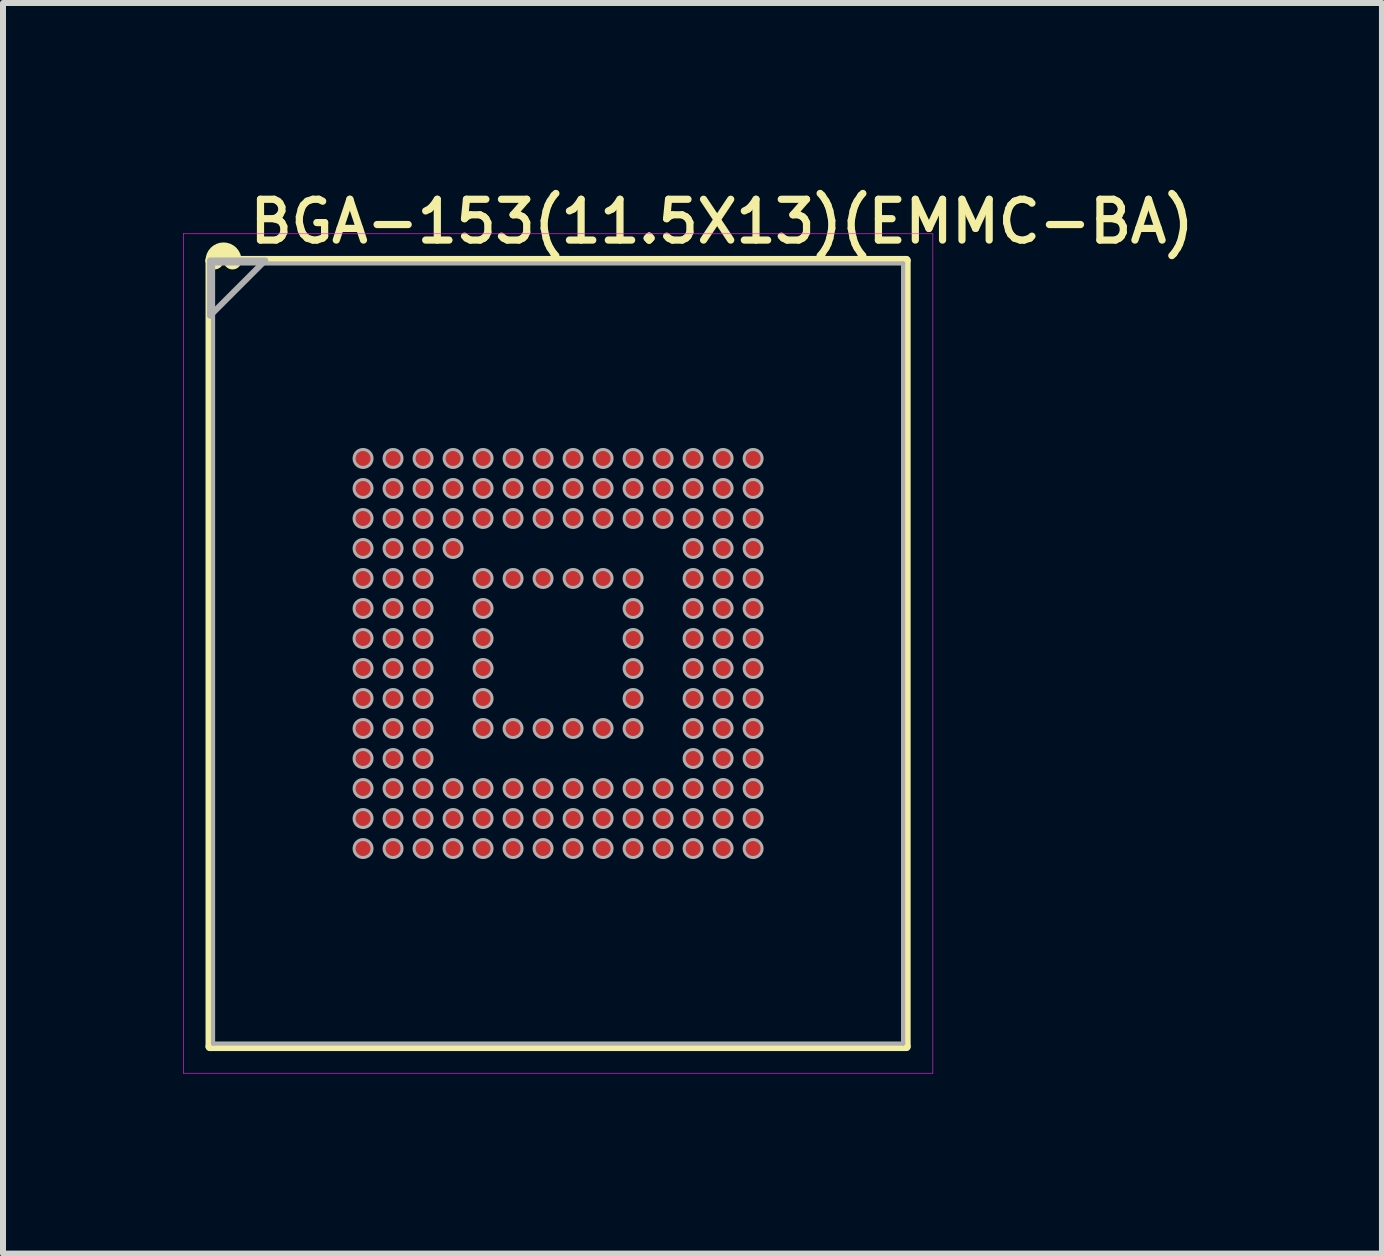
<source format=kicad_pcb>
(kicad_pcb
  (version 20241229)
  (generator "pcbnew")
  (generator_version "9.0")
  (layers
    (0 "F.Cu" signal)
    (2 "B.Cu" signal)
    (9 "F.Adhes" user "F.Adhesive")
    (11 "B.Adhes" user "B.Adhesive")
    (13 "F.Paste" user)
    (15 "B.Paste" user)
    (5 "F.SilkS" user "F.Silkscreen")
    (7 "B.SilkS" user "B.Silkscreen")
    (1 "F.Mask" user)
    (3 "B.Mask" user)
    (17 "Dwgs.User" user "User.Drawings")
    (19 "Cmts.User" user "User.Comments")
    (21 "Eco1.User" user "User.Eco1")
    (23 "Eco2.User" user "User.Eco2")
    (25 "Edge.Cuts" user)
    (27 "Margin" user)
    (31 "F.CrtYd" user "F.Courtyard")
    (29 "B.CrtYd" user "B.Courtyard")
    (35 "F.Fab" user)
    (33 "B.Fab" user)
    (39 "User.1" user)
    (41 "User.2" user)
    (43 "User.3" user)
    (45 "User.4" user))
  (footprint "BGA-153(11.5X13)(EMMC-BA)"
    (layer "F.Cu")
    (at 6.25 7.84)
    (property "Reference" "BGA-153(11.5X13)(EMMC-BA)" (at -5.2 -6.8 0) (unlocked yes) (layer "F.SilkS") (effects (font (size 0.68 0.68) (thickness 0.12)) (justify left bottom)))
    (fp_circle (center -3.25 -3.25) (end -3.148 -3.25) (stroke (width 0.203) (type solid)) (fill no) (layer "F.Mask"))
    (fp_circle (center -3.25 -2.75) (end -3.148 -2.75) (stroke (width 0.203) (type solid)) (fill no) (layer "F.Mask"))
    (fp_circle (center -3.25 -2.25) (end -3.148 -2.25) (stroke (width 0.203) (type solid)) (fill no) (layer "F.Mask"))
    (fp_circle (center -3.25 -1.75) (end -3.148 -1.75) (stroke (width 0.203) (type solid)) (fill no) (layer "F.Mask"))
    (fp_circle (center -3.25 -1.25) (end -3.148 -1.25) (stroke (width 0.203) (type solid)) (fill no) (layer "F.Mask"))
    (fp_circle (center -3.25 -0.75) (end -3.148 -0.75) (stroke (width 0.203) (type solid)) (fill no) (layer "F.Mask"))
    (fp_circle (center -3.25 -0.25) (end -3.148 -0.25) (stroke (width 0.203) (type solid)) (fill no) (layer "F.Mask"))
    (fp_circle (center -3.25 0.25) (end -3.148 0.25) (stroke (width 0.203) (type solid)) (fill no) (layer "F.Mask"))
    (fp_circle (center -3.25 0.75) (end -3.148 0.75) (stroke (width 0.203) (type solid)) (fill no) (layer "F.Mask"))
    (fp_circle (center -3.25 1.25) (end -3.148 1.25) (stroke (width 0.203) (type solid)) (fill no) (layer "F.Mask"))
    (fp_circle (center -3.25 1.75) (end -3.148 1.75) (stroke (width 0.203) (type solid)) (fill no) (layer "F.Mask"))
    (fp_circle (center -3.25 2.25) (end -3.148 2.25) (stroke (width 0.203) (type solid)) (fill no) (layer "F.Mask"))
    (fp_circle (center -3.25 2.75) (end -3.148 2.75) (stroke (width 0.203) (type solid)) (fill no) (layer "F.Mask"))
    (fp_circle (center -3.25 3.25) (end -3.148 3.25) (stroke (width 0.203) (type solid)) (fill no) (layer "F.Mask"))
    (fp_circle (center -2.75 -3.25) (end -2.648 -3.25) (stroke (width 0.203) (type solid)) (fill no) (layer "F.Mask"))
    (fp_circle (center -2.75 -2.75) (end -2.648 -2.75) (stroke (width 0.203) (type solid)) (fill no) (layer "F.Mask"))
    (fp_circle (center -2.75 -2.25) (end -2.648 -2.25) (stroke (width 0.203) (type solid)) (fill no) (layer "F.Mask"))
    (fp_circle (center -2.75 -1.75) (end -2.648 -1.75) (stroke (width 0.203) (type solid)) (fill no) (layer "F.Mask"))
    (fp_circle (center -2.75 -1.25) (end -2.648 -1.25) (stroke (width 0.203) (type solid)) (fill no) (layer "F.Mask"))
    (fp_circle (center -2.75 -0.75) (end -2.648 -0.75) (stroke (width 0.203) (type solid)) (fill no) (layer "F.Mask"))
    (fp_circle (center -2.75 -0.25) (end -2.648 -0.25) (stroke (width 0.203) (type solid)) (fill no) (layer "F.Mask"))
    (fp_circle (center -2.75 0.25) (end -2.648 0.25) (stroke (width 0.203) (type solid)) (fill no) (layer "F.Mask"))
    (fp_circle (center -2.75 0.75) (end -2.648 0.75) (stroke (width 0.203) (type solid)) (fill no) (layer "F.Mask"))
    (fp_circle (center -2.75 1.25) (end -2.648 1.25) (stroke (width 0.203) (type solid)) (fill no) (layer "F.Mask"))
    (fp_circle (center -2.75 1.75) (end -2.648 1.75) (stroke (width 0.203) (type solid)) (fill no) (layer "F.Mask"))
    (fp_circle (center -2.75 2.25) (end -2.648 2.25) (stroke (width 0.203) (type solid)) (fill no) (layer "F.Mask"))
    (fp_circle (center -2.75 2.75) (end -2.648 2.75) (stroke (width 0.203) (type solid)) (fill no) (layer "F.Mask"))
    (fp_circle (center -2.75 3.25) (end -2.648 3.25) (stroke (width 0.203) (type solid)) (fill no) (layer "F.Mask"))
    (fp_circle (center -2.25 -3.25) (end -2.148 -3.25) (stroke (width 0.203) (type solid)) (fill no) (layer "F.Mask"))
    (fp_circle (center -2.25 -2.75) (end -2.148 -2.75) (stroke (width 0.203) (type solid)) (fill no) (layer "F.Mask"))
    (fp_circle (center -2.25 -2.25) (end -2.148 -2.25) (stroke (width 0.203) (type solid)) (fill no) (layer "F.Mask"))
    (fp_circle (center -2.25 -1.75) (end -2.148 -1.75) (stroke (width 0.203) (type solid)) (fill no) (layer "F.Mask"))
    (fp_circle (center -2.25 -1.25) (end -2.148 -1.25) (stroke (width 0.203) (type solid)) (fill no) (layer "F.Mask"))
    (fp_circle (center -2.25 -0.75) (end -2.148 -0.75) (stroke (width 0.203) (type solid)) (fill no) (layer "F.Mask"))
    (fp_circle (center -2.25 -0.25) (end -2.148 -0.25) (stroke (width 0.203) (type solid)) (fill no) (layer "F.Mask"))
    (fp_circle (center -2.25 0.25) (end -2.148 0.25) (stroke (width 0.203) (type solid)) (fill no) (layer "F.Mask"))
    (fp_circle (center -2.25 0.75) (end -2.148 0.75) (stroke (width 0.203) (type solid)) (fill no) (layer "F.Mask"))
    (fp_circle (center -2.25 1.25) (end -2.148 1.25) (stroke (width 0.203) (type solid)) (fill no) (layer "F.Mask"))
    (fp_circle (center -2.25 1.75) (end -2.148 1.75) (stroke (width 0.203) (type solid)) (fill no) (layer "F.Mask"))
    (fp_circle (center -2.25 2.25) (end -2.148 2.25) (stroke (width 0.203) (type solid)) (fill no) (layer "F.Mask"))
    (fp_circle (center -2.25 2.75) (end -2.148 2.75) (stroke (width 0.203) (type solid)) (fill no) (layer "F.Mask"))
    (fp_circle (center -2.25 3.25) (end -2.148 3.25) (stroke (width 0.203) (type solid)) (fill no) (layer "F.Mask"))
    (fp_circle (center -1.75 -3.25) (end -1.648 -3.25) (stroke (width 0.203) (type solid)) (fill no) (layer "F.Mask"))
    (fp_circle (center -1.75 -2.75) (end -1.648 -2.75) (stroke (width 0.203) (type solid)) (fill no) (layer "F.Mask"))
    (fp_circle (center -1.75 -2.25) (end -1.648 -2.25) (stroke (width 0.203) (type solid)) (fill no) (layer "F.Mask"))
    (fp_circle (center -1.75 -1.75) (end -1.648 -1.75) (stroke (width 0.203) (type solid)) (fill no) (layer "F.Mask"))
    (fp_circle (center -1.75 2.25) (end -1.648 2.25) (stroke (width 0.203) (type solid)) (fill no) (layer "F.Mask"))
    (fp_circle (center -1.75 2.75) (end -1.648 2.75) (stroke (width 0.203) (type solid)) (fill no) (layer "F.Mask"))
    (fp_circle (center -1.75 3.25) (end -1.648 3.25) (stroke (width 0.203) (type solid)) (fill no) (layer "F.Mask"))
    (fp_circle (center -1.25 -3.25) (end -1.148 -3.25) (stroke (width 0.203) (type solid)) (fill no) (layer "F.Mask"))
    (fp_circle (center -1.25 -2.75) (end -1.148 -2.75) (stroke (width 0.203) (type solid)) (fill no) (layer "F.Mask"))
    (fp_circle (center -1.25 -2.25) (end -1.148 -2.25) (stroke (width 0.203) (type solid)) (fill no) (layer "F.Mask"))
    (fp_circle (center -1.25 -1.25) (end -1.148 -1.25) (stroke (width 0.203) (type solid)) (fill no) (layer "F.Mask"))
    (fp_circle (center -1.25 -0.75) (end -1.148 -0.75) (stroke (width 0.203) (type solid)) (fill no) (layer "F.Mask"))
    (fp_circle (center -1.25 -0.25) (end -1.148 -0.25) (stroke (width 0.203) (type solid)) (fill no) (layer "F.Mask"))
    (fp_circle (center -1.25 0.25) (end -1.148 0.25) (stroke (width 0.203) (type solid)) (fill no) (layer "F.Mask"))
    (fp_circle (center -1.25 0.75) (end -1.148 0.75) (stroke (width 0.203) (type solid)) (fill no) (layer "F.Mask"))
    (fp_circle (center -1.25 1.25) (end -1.148 1.25) (stroke (width 0.203) (type solid)) (fill no) (layer "F.Mask"))
    (fp_circle (center -1.25 2.25) (end -1.148 2.25) (stroke (width 0.203) (type solid)) (fill no) (layer "F.Mask"))
    (fp_circle (center -1.25 2.75) (end -1.148 2.75) (stroke (width 0.203) (type solid)) (fill no) (layer "F.Mask"))
    (fp_circle (center -1.25 3.25) (end -1.148 3.25) (stroke (width 0.203) (type solid)) (fill no) (layer "F.Mask"))
    (fp_circle (center -0.75 -3.25) (end -0.648 -3.25) (stroke (width 0.203) (type solid)) (fill no) (layer "F.Mask"))
    (fp_circle (center -0.75 -2.75) (end -0.648 -2.75) (stroke (width 0.203) (type solid)) (fill no) (layer "F.Mask"))
    (fp_circle (center -0.75 -2.25) (end -0.648 -2.25) (stroke (width 0.203) (type solid)) (fill no) (layer "F.Mask"))
    (fp_circle (center -0.75 -1.25) (end -0.648 -1.25) (stroke (width 0.203) (type solid)) (fill no) (layer "F.Mask"))
    (fp_circle (center -0.75 1.25) (end -0.648 1.25) (stroke (width 0.203) (type solid)) (fill no) (layer "F.Mask"))
    (fp_circle (center -0.75 2.25) (end -0.648 2.25) (stroke (width 0.203) (type solid)) (fill no) (layer "F.Mask"))
    (fp_circle (center -0.75 2.75) (end -0.648 2.75) (stroke (width 0.203) (type solid)) (fill no) (layer "F.Mask"))
    (fp_circle (center -0.75 3.25) (end -0.648 3.25) (stroke (width 0.203) (type solid)) (fill no) (layer "F.Mask"))
    (fp_circle (center -0.25 -3.25) (end -0.148 -3.25) (stroke (width 0.203) (type solid)) (fill no) (layer "F.Mask"))
    (fp_circle (center -0.25 -2.75) (end -0.148 -2.75) (stroke (width 0.203) (type solid)) (fill no) (layer "F.Mask"))
    (fp_circle (center -0.25 -2.25) (end -0.148 -2.25) (stroke (width 0.203) (type solid)) (fill no) (layer "F.Mask"))
    (fp_circle (center -0.25 -1.25) (end -0.148 -1.25) (stroke (width 0.203) (type solid)) (fill no) (layer "F.Mask"))
    (fp_circle (center -0.25 1.25) (end -0.148 1.25) (stroke (width 0.203) (type solid)) (fill no) (layer "F.Mask"))
    (fp_circle (center -0.25 2.25) (end -0.148 2.25) (stroke (width 0.203) (type solid)) (fill no) (layer "F.Mask"))
    (fp_circle (center -0.25 2.75) (end -0.148 2.75) (stroke (width 0.203) (type solid)) (fill no) (layer "F.Mask"))
    (fp_circle (center -0.25 3.25) (end -0.148 3.25) (stroke (width 0.203) (type solid)) (fill no) (layer "F.Mask"))
    (fp_circle (center 0.25 -3.25) (end 0.352 -3.25) (stroke (width 0.203) (type solid)) (fill no) (layer "F.Mask"))
    (fp_circle (center 0.25 -2.75) (end 0.352 -2.75) (stroke (width 0.203) (type solid)) (fill no) (layer "F.Mask"))
    (fp_circle (center 0.25 -2.25) (end 0.352 -2.25) (stroke (width 0.203) (type solid)) (fill no) (layer "F.Mask"))
    (fp_circle (center 0.25 -1.25) (end 0.352 -1.25) (stroke (width 0.203) (type solid)) (fill no) (layer "F.Mask"))
    (fp_circle (center 0.25 1.25) (end 0.352 1.25) (stroke (width 0.203) (type solid)) (fill no) (layer "F.Mask"))
    (fp_circle (center 0.25 2.25) (end 0.352 2.25) (stroke (width 0.203) (type solid)) (fill no) (layer "F.Mask"))
    (fp_circle (center 0.25 2.75) (end 0.352 2.75) (stroke (width 0.203) (type solid)) (fill no) (layer "F.Mask"))
    (fp_circle (center 0.25 3.25) (end 0.352 3.25) (stroke (width 0.203) (type solid)) (fill no) (layer "F.Mask"))
    (fp_circle (center 0.75 -3.25) (end 0.852 -3.25) (stroke (width 0.203) (type solid)) (fill no) (layer "F.Mask"))
    (fp_circle (center 0.75 -2.75) (end 0.852 -2.75) (stroke (width 0.203) (type solid)) (fill no) (layer "F.Mask"))
    (fp_circle (center 0.75 -2.25) (end 0.852 -2.25) (stroke (width 0.203) (type solid)) (fill no) (layer "F.Mask"))
    (fp_circle (center 0.75 -1.25) (end 0.852 -1.25) (stroke (width 0.203) (type solid)) (fill no) (layer "F.Mask"))
    (fp_circle (center 0.75 1.25) (end 0.852 1.25) (stroke (width 0.203) (type solid)) (fill no) (layer "F.Mask"))
    (fp_circle (center 0.75 2.25) (end 0.852 2.25) (stroke (width 0.203) (type solid)) (fill no) (layer "F.Mask"))
    (fp_circle (center 0.75 2.75) (end 0.852 2.75) (stroke (width 0.203) (type solid)) (fill no) (layer "F.Mask"))
    (fp_circle (center 0.75 3.25) (end 0.852 3.25) (stroke (width 0.203) (type solid)) (fill no) (layer "F.Mask"))
    (fp_circle (center 1.25 -3.25) (end 1.352 -3.25) (stroke (width 0.203) (type solid)) (fill no) (layer "F.Mask"))
    (fp_circle (center 1.25 -2.75) (end 1.352 -2.75) (stroke (width 0.203) (type solid)) (fill no) (layer "F.Mask"))
    (fp_circle (center 1.25 -2.25) (end 1.352 -2.25) (stroke (width 0.203) (type solid)) (fill no) (layer "F.Mask"))
    (fp_circle (center 1.25 -1.25) (end 1.352 -1.25) (stroke (width 0.203) (type solid)) (fill no) (layer "F.Mask"))
    (fp_circle (center 1.25 -0.75) (end 1.352 -0.75) (stroke (width 0.203) (type solid)) (fill no) (layer "F.Mask"))
    (fp_circle (center 1.25 -0.25) (end 1.352 -0.25) (stroke (width 0.203) (type solid)) (fill no) (layer "F.Mask"))
    (fp_circle (center 1.25 0.25) (end 1.352 0.25) (stroke (width 0.203) (type solid)) (fill no) (layer "F.Mask"))
    (fp_circle (center 1.25 0.75) (end 1.352 0.75) (stroke (width 0.203) (type solid)) (fill no) (layer "F.Mask"))
    (fp_circle (center 1.25 1.25) (end 1.352 1.25) (stroke (width 0.203) (type solid)) (fill no) (layer "F.Mask"))
    (fp_circle (center 1.25 2.25) (end 1.352 2.25) (stroke (width 0.203) (type solid)) (fill no) (layer "F.Mask"))
    (fp_circle (center 1.25 2.75) (end 1.352 2.75) (stroke (width 0.203) (type solid)) (fill no) (layer "F.Mask"))
    (fp_circle (center 1.25 3.25) (end 1.352 3.25) (stroke (width 0.203) (type solid)) (fill no) (layer "F.Mask"))
    (fp_circle (center 1.75 -3.25) (end 1.852 -3.25) (stroke (width 0.203) (type solid)) (fill no) (layer "F.Mask"))
    (fp_circle (center 1.75 -2.75) (end 1.852 -2.75) (stroke (width 0.203) (type solid)) (fill no) (layer "F.Mask"))
    (fp_circle (center 1.75 -2.25) (end 1.852 -2.25) (stroke (width 0.203) (type solid)) (fill no) (layer "F.Mask"))
    (fp_circle (center 1.75 2.25) (end 1.852 2.25) (stroke (width 0.203) (type solid)) (fill no) (layer "F.Mask"))
    (fp_circle (center 1.75 2.75) (end 1.852 2.75) (stroke (width 0.203) (type solid)) (fill no) (layer "F.Mask"))
    (fp_circle (center 1.75 3.25) (end 1.852 3.25) (stroke (width 0.203) (type solid)) (fill no) (layer "F.Mask"))
    (fp_circle (center 2.25 -3.25) (end 2.352 -3.25) (stroke (width 0.203) (type solid)) (fill no) (layer "F.Mask"))
    (fp_circle (center 2.25 -2.75) (end 2.352 -2.75) (stroke (width 0.203) (type solid)) (fill no) (layer "F.Mask"))
    (fp_circle (center 2.25 -2.25) (end 2.352 -2.25) (stroke (width 0.203) (type solid)) (fill no) (layer "F.Mask"))
    (fp_circle (center 2.25 -1.75) (end 2.352 -1.75) (stroke (width 0.203) (type solid)) (fill no) (layer "F.Mask"))
    (fp_circle (center 2.25 -1.25) (end 2.352 -1.25) (stroke (width 0.203) (type solid)) (fill no) (layer "F.Mask"))
    (fp_circle (center 2.25 -0.75) (end 2.352 -0.75) (stroke (width 0.203) (type solid)) (fill no) (layer "F.Mask"))
    (fp_circle (center 2.25 -0.25) (end 2.352 -0.25) (stroke (width 0.203) (type solid)) (fill no) (layer "F.Mask"))
    (fp_circle (center 2.25 0.25) (end 2.352 0.25) (stroke (width 0.203) (type solid)) (fill no) (layer "F.Mask"))
    (fp_circle (center 2.25 0.75) (end 2.352 0.75) (stroke (width 0.203) (type solid)) (fill no) (layer "F.Mask"))
    (fp_circle (center 2.25 1.25) (end 2.352 1.25) (stroke (width 0.203) (type solid)) (fill no) (layer "F.Mask"))
    (fp_circle (center 2.25 1.75) (end 2.352 1.75) (stroke (width 0.203) (type solid)) (fill no) (layer "F.Mask"))
    (fp_circle (center 2.25 2.25) (end 2.352 2.25) (stroke (width 0.203) (type solid)) (fill no) (layer "F.Mask"))
    (fp_circle (center 2.25 2.75) (end 2.352 2.75) (stroke (width 0.203) (type solid)) (fill no) (layer "F.Mask"))
    (fp_circle (center 2.25 3.25) (end 2.352 3.25) (stroke (width 0.203) (type solid)) (fill no) (layer "F.Mask"))
    (fp_circle (center 2.75 -3.25) (end 2.852 -3.25) (stroke (width 0.203) (type solid)) (fill no) (layer "F.Mask"))
    (fp_circle (center 2.75 -2.75) (end 2.852 -2.75) (stroke (width 0.203) (type solid)) (fill no) (layer "F.Mask"))
    (fp_circle (center 2.75 -2.25) (end 2.852 -2.25) (stroke (width 0.203) (type solid)) (fill no) (layer "F.Mask"))
    (fp_circle (center 2.75 -1.75) (end 2.852 -1.75) (stroke (width 0.203) (type solid)) (fill no) (layer "F.Mask"))
    (fp_circle (center 2.75 -1.25) (end 2.852 -1.25) (stroke (width 0.203) (type solid)) (fill no) (layer "F.Mask"))
    (fp_circle (center 2.75 -0.75) (end 2.852 -0.75) (stroke (width 0.203) (type solid)) (fill no) (layer "F.Mask"))
    (fp_circle (center 2.75 -0.25) (end 2.852 -0.25) (stroke (width 0.203) (type solid)) (fill no) (layer "F.Mask"))
    (fp_circle (center 2.75 0.25) (end 2.852 0.25) (stroke (width 0.203) (type solid)) (fill no) (layer "F.Mask"))
    (fp_circle (center 2.75 0.75) (end 2.852 0.75) (stroke (width 0.203) (type solid)) (fill no) (layer "F.Mask"))
    (fp_circle (center 2.75 1.25) (end 2.852 1.25) (stroke (width 0.203) (type solid)) (fill no) (layer "F.Mask"))
    (fp_circle (center 2.75 1.75) (end 2.852 1.75) (stroke (width 0.203) (type solid)) (fill no) (layer "F.Mask"))
    (fp_circle (center 2.75 2.25) (end 2.852 2.25) (stroke (width 0.203) (type solid)) (fill no) (layer "F.Mask"))
    (fp_circle (center 2.75 2.75) (end 2.852 2.75) (stroke (width 0.203) (type solid)) (fill no) (layer "F.Mask"))
    (fp_circle (center 2.75 3.25) (end 2.852 3.25) (stroke (width 0.203) (type solid)) (fill no) (layer "F.Mask"))
    (fp_circle (center 3.25 -3.25) (end 3.352 -3.25) (stroke (width 0.203) (type solid)) (fill no) (layer "F.Mask"))
    (fp_circle (center 3.25 -2.75) (end 3.352 -2.75) (stroke (width 0.203) (type solid)) (fill no) (layer "F.Mask"))
    (fp_circle (center 3.25 -2.25) (end 3.352 -2.25) (stroke (width 0.203) (type solid)) (fill no) (layer "F.Mask"))
    (fp_circle (center 3.25 -1.75) (end 3.352 -1.75) (stroke (width 0.203) (type solid)) (fill no) (layer "F.Mask"))
    (fp_circle (center 3.25 -1.25) (end 3.352 -1.25) (stroke (width 0.203) (type solid)) (fill no) (layer "F.Mask"))
    (fp_circle (center 3.25 -0.75) (end 3.352 -0.75) (stroke (width 0.203) (type solid)) (fill no) (layer "F.Mask"))
    (fp_circle (center 3.25 -0.25) (end 3.352 -0.25) (stroke (width 0.203) (type solid)) (fill no) (layer "F.Mask"))
    (fp_circle (center 3.25 0.25) (end 3.352 0.25) (stroke (width 0.203) (type solid)) (fill no) (layer "F.Mask"))
    (fp_circle (center 3.25 0.75) (end 3.352 0.75) (stroke (width 0.203) (type solid)) (fill no) (layer "F.Mask"))
    (fp_circle (center 3.25 1.25) (end 3.352 1.25) (stroke (width 0.203) (type solid)) (fill no) (layer "F.Mask"))
    (fp_circle (center 3.25 1.75) (end 3.352 1.75) (stroke (width 0.203) (type solid)) (fill no) (layer "F.Mask"))
    (fp_circle (center 3.25 2.25) (end 3.352 2.25) (stroke (width 0.203) (type solid)) (fill no) (layer "F.Mask"))
    (fp_circle (center 3.25 2.75) (end 3.352 2.75) (stroke (width 0.203) (type solid)) (fill no) (layer "F.Mask"))
    (fp_circle (center 3.25 3.25) (end 3.352 3.25) (stroke (width 0.203) (type solid)) (fill no) (layer "F.Mask"))
    (fp_line (start -5.8 -6.55) (end -5.725 -6.55) (stroke (width 0.15) (type solid)) (layer "F.SilkS"))
    (fp_line (start -5.8 6.55) (end -5.8 -6.55) (stroke (width 0.15) (type solid)) (layer "F.SilkS"))
    (fp_line (start -5.725 -6.55) (end -5.425 -6.55) (stroke (width 0.15) (type solid)) (layer "F.SilkS"))
    (fp_line (start -5.425 -6.55) (end 5.8 -6.55) (stroke (width 0.15) (type solid)) (layer "F.SilkS"))
    (fp_line (start 5.8 -6.55) (end 5.8 6.55) (stroke (width 0.15) (type solid)) (layer "F.SilkS"))
    (fp_line (start 5.8 6.55) (end -5.8 6.55) (stroke (width 0.15) (type solid)) (layer "F.SilkS"))
    (fp_arc (start -5.725 -6.55) (mid -5.575 -6.7) (end -5.425 -6.55) (stroke (width 0.3) (type solid)) (layer "F.SilkS"))
    (fp_line (start -6.245 -6.995) (end -6.245 6.995) (stroke (width 0.01) (type solid)) (layer "F.CrtYd"))
    (fp_line (start -6.245 6.995) (end 6.245 6.995) (stroke (width 0.01) (type solid)) (layer "F.CrtYd"))
    (fp_line (start 6.245 -6.995) (end -6.245 -6.995) (stroke (width 0.01) (type solid)) (layer "F.CrtYd"))
    (fp_line (start 6.245 6.995) (end 6.245 -6.995) (stroke (width 0.01) (type solid)) (layer "F.CrtYd"))
    (fp_line (start -5.75 -6.5) (end 5.75 -6.5) (stroke (width 0.07) (type solid)) (layer "F.Fab"))
    (fp_line (start -5.75 6.5) (end -5.75 -6.5) (stroke (width 0.07) (type solid)) (layer "F.Fab"))
    (fp_line (start 5.75 -6.5) (end 5.75 6.5) (stroke (width 0.07) (type solid)) (layer "F.Fab"))
    (fp_line (start 5.75 6.5) (end -5.75 6.5) (stroke (width 0.07) (type solid)) (layer "F.Fab"))
    (fp_circle (center -3.25 -3.25) (end -3.1 -3.25) (stroke (width 0.05) (type solid)) (fill no) (layer "F.Fab"))
    (fp_circle (center -3.25 -2.75) (end -3.1 -2.75) (stroke (width 0.05) (type solid)) (fill no) (layer "F.Fab"))
    (fp_circle (center -3.25 -2.25) (end -3.1 -2.25) (stroke (width 0.05) (type solid)) (fill no) (layer "F.Fab"))
    (fp_circle (center -3.25 -1.75) (end -3.1 -1.75) (stroke (width 0.05) (type solid)) (fill no) (layer "F.Fab"))
    (fp_circle (center -3.25 -1.25) (end -3.1 -1.25) (stroke (width 0.05) (type solid)) (fill no) (layer "F.Fab"))
    (fp_circle (center -3.25 -0.75) (end -3.1 -0.75) (stroke (width 0.05) (type solid)) (fill no) (layer "F.Fab"))
    (fp_circle (center -3.25 -0.25) (end -3.1 -0.25) (stroke (width 0.05) (type solid)) (fill no) (layer "F.Fab"))
    (fp_circle (center -3.25 0.25) (end -3.1 0.25) (stroke (width 0.05) (type solid)) (fill no) (layer "F.Fab"))
    (fp_circle (center -3.25 0.75) (end -3.1 0.75) (stroke (width 0.05) (type solid)) (fill no) (layer "F.Fab"))
    (fp_circle (center -3.25 1.25) (end -3.1 1.25) (stroke (width 0.05) (type solid)) (fill no) (layer "F.Fab"))
    (fp_circle (center -3.25 1.75) (end -3.1 1.75) (stroke (width 0.05) (type solid)) (fill no) (layer "F.Fab"))
    (fp_circle (center -3.25 2.25) (end -3.1 2.25) (stroke (width 0.05) (type solid)) (fill no) (layer "F.Fab"))
    (fp_circle (center -3.25 2.75) (end -3.1 2.75) (stroke (width 0.05) (type solid)) (fill no) (layer "F.Fab"))
    (fp_circle (center -3.25 3.25) (end -3.1 3.25) (stroke (width 0.05) (type solid)) (fill no) (layer "F.Fab"))
    (fp_circle (center -2.75 -3.25) (end -2.6 -3.25) (stroke (width 0.05) (type solid)) (fill no) (layer "F.Fab"))
    (fp_circle (center -2.75 -2.75) (end -2.6 -2.75) (stroke (width 0.05) (type solid)) (fill no) (layer "F.Fab"))
    (fp_circle (center -2.75 -2.25) (end -2.6 -2.25) (stroke (width 0.05) (type solid)) (fill no) (layer "F.Fab"))
    (fp_circle (center -2.75 -1.75) (end -2.6 -1.75) (stroke (width 0.05) (type solid)) (fill no) (layer "F.Fab"))
    (fp_circle (center -2.75 -1.25) (end -2.6 -1.25) (stroke (width 0.05) (type solid)) (fill no) (layer "F.Fab"))
    (fp_circle (center -2.75 -0.75) (end -2.6 -0.75) (stroke (width 0.05) (type solid)) (fill no) (layer "F.Fab"))
    (fp_circle (center -2.75 -0.25) (end -2.6 -0.25) (stroke (width 0.05) (type solid)) (fill no) (layer "F.Fab"))
    (fp_circle (center -2.75 0.25) (end -2.6 0.25) (stroke (width 0.05) (type solid)) (fill no) (layer "F.Fab"))
    (fp_circle (center -2.75 0.75) (end -2.6 0.75) (stroke (width 0.05) (type solid)) (fill no) (layer "F.Fab"))
    (fp_circle (center -2.75 1.25) (end -2.6 1.25) (stroke (width 0.05) (type solid)) (fill no) (layer "F.Fab"))
    (fp_circle (center -2.75 1.75) (end -2.6 1.75) (stroke (width 0.05) (type solid)) (fill no) (layer "F.Fab"))
    (fp_circle (center -2.75 2.25) (end -2.6 2.25) (stroke (width 0.05) (type solid)) (fill no) (layer "F.Fab"))
    (fp_circle (center -2.75 2.75) (end -2.6 2.75) (stroke (width 0.05) (type solid)) (fill no) (layer "F.Fab"))
    (fp_circle (center -2.75 3.25) (end -2.6 3.25) (stroke (width 0.05) (type solid)) (fill no) (layer "F.Fab"))
    (fp_circle (center -2.25 -3.25) (end -2.1 -3.25) (stroke (width 0.05) (type solid)) (fill no) (layer "F.Fab"))
    (fp_circle (center -2.25 -2.75) (end -2.1 -2.75) (stroke (width 0.05) (type solid)) (fill no) (layer "F.Fab"))
    (fp_circle (center -2.25 -2.25) (end -2.1 -2.25) (stroke (width 0.05) (type solid)) (fill no) (layer "F.Fab"))
    (fp_circle (center -2.25 -1.75) (end -2.1 -1.75) (stroke (width 0.05) (type solid)) (fill no) (layer "F.Fab"))
    (fp_circle (center -2.25 -1.25) (end -2.1 -1.25) (stroke (width 0.05) (type solid)) (fill no) (layer "F.Fab"))
    (fp_circle (center -2.25 -0.75) (end -2.1 -0.75) (stroke (width 0.05) (type solid)) (fill no) (layer "F.Fab"))
    (fp_circle (center -2.25 -0.25) (end -2.1 -0.25) (stroke (width 0.05) (type solid)) (fill no) (layer "F.Fab"))
    (fp_circle (center -2.25 0.25) (end -2.1 0.25) (stroke (width 0.05) (type solid)) (fill no) (layer "F.Fab"))
    (fp_circle (center -2.25 0.75) (end -2.1 0.75) (stroke (width 0.05) (type solid)) (fill no) (layer "F.Fab"))
    (fp_circle (center -2.25 1.25) (end -2.1 1.25) (stroke (width 0.05) (type solid)) (fill no) (layer "F.Fab"))
    (fp_circle (center -2.25 1.75) (end -2.1 1.75) (stroke (width 0.05) (type solid)) (fill no) (layer "F.Fab"))
    (fp_circle (center -2.25 2.25) (end -2.1 2.25) (stroke (width 0.05) (type solid)) (fill no) (layer "F.Fab"))
    (fp_circle (center -2.25 2.75) (end -2.1 2.75) (stroke (width 0.05) (type solid)) (fill no) (layer "F.Fab"))
    (fp_circle (center -2.25 3.25) (end -2.1 3.25) (stroke (width 0.05) (type solid)) (fill no) (layer "F.Fab"))
    (fp_circle (center -1.75 -3.25) (end -1.6 -3.25) (stroke (width 0.05) (type solid)) (fill no) (layer "F.Fab"))
    (fp_circle (center -1.75 -2.75) (end -1.6 -2.75) (stroke (width 0.05) (type solid)) (fill no) (layer "F.Fab"))
    (fp_circle (center -1.75 -2.25) (end -1.6 -2.25) (stroke (width 0.05) (type solid)) (fill no) (layer "F.Fab"))
    (fp_circle (center -1.75 -1.75) (end -1.6 -1.75) (stroke (width 0.05) (type solid)) (fill no) (layer "F.Fab"))
    (fp_circle (center -1.75 2.25) (end -1.6 2.25) (stroke (width 0.05) (type solid)) (fill no) (layer "F.Fab"))
    (fp_circle (center -1.75 2.75) (end -1.6 2.75) (stroke (width 0.05) (type solid)) (fill no) (layer "F.Fab"))
    (fp_circle (center -1.75 3.25) (end -1.6 3.25) (stroke (width 0.05) (type solid)) (fill no) (layer "F.Fab"))
    (fp_circle (center -1.25 -3.25) (end -1.1 -3.25) (stroke (width 0.05) (type solid)) (fill no) (layer "F.Fab"))
    (fp_circle (center -1.25 -2.75) (end -1.1 -2.75) (stroke (width 0.05) (type solid)) (fill no) (layer "F.Fab"))
    (fp_circle (center -1.25 -2.25) (end -1.1 -2.25) (stroke (width 0.05) (type solid)) (fill no) (layer "F.Fab"))
    (fp_circle (center -1.25 -1.25) (end -1.1 -1.25) (stroke (width 0.05) (type solid)) (fill no) (layer "F.Fab"))
    (fp_circle (center -1.25 -0.75) (end -1.1 -0.75) (stroke (width 0.05) (type solid)) (fill no) (layer "F.Fab"))
    (fp_circle (center -1.25 -0.25) (end -1.1 -0.25) (stroke (width 0.05) (type solid)) (fill no) (layer "F.Fab"))
    (fp_circle (center -1.25 0.25) (end -1.1 0.25) (stroke (width 0.05) (type solid)) (fill no) (layer "F.Fab"))
    (fp_circle (center -1.25 0.75) (end -1.1 0.75) (stroke (width 0.05) (type solid)) (fill no) (layer "F.Fab"))
    (fp_circle (center -1.25 1.25) (end -1.1 1.25) (stroke (width 0.05) (type solid)) (fill no) (layer "F.Fab"))
    (fp_circle (center -1.25 2.25) (end -1.1 2.25) (stroke (width 0.05) (type solid)) (fill no) (layer "F.Fab"))
    (fp_circle (center -1.25 2.75) (end -1.1 2.75) (stroke (width 0.05) (type solid)) (fill no) (layer "F.Fab"))
    (fp_circle (center -1.25 3.25) (end -1.1 3.25) (stroke (width 0.05) (type solid)) (fill no) (layer "F.Fab"))
    (fp_circle (center -0.75 -3.25) (end -0.6 -3.25) (stroke (width 0.05) (type solid)) (fill no) (layer "F.Fab"))
    (fp_circle (center -0.75 -2.75) (end -0.6 -2.75) (stroke (width 0.05) (type solid)) (fill no) (layer "F.Fab"))
    (fp_circle (center -0.75 -2.25) (end -0.6 -2.25) (stroke (width 0.05) (type solid)) (fill no) (layer "F.Fab"))
    (fp_circle (center -0.75 -1.25) (end -0.6 -1.25) (stroke (width 0.05) (type solid)) (fill no) (layer "F.Fab"))
    (fp_circle (center -0.75 1.25) (end -0.6 1.25) (stroke (width 0.05) (type solid)) (fill no) (layer "F.Fab"))
    (fp_circle (center -0.75 2.25) (end -0.6 2.25) (stroke (width 0.05) (type solid)) (fill no) (layer "F.Fab"))
    (fp_circle (center -0.75 2.75) (end -0.6 2.75) (stroke (width 0.05) (type solid)) (fill no) (layer "F.Fab"))
    (fp_circle (center -0.75 3.25) (end -0.6 3.25) (stroke (width 0.05) (type solid)) (fill no) (layer "F.Fab"))
    (fp_circle (center -0.25 -3.25) (end -0.1 -3.25) (stroke (width 0.05) (type solid)) (fill no) (layer "F.Fab"))
    (fp_circle (center -0.25 -2.75) (end -0.1 -2.75) (stroke (width 0.05) (type solid)) (fill no) (layer "F.Fab"))
    (fp_circle (center -0.25 -2.25) (end -0.1 -2.25) (stroke (width 0.05) (type solid)) (fill no) (layer "F.Fab"))
    (fp_circle (center -0.25 -1.25) (end -0.1 -1.25) (stroke (width 0.05) (type solid)) (fill no) (layer "F.Fab"))
    (fp_circle (center -0.25 1.25) (end -0.1 1.25) (stroke (width 0.05) (type solid)) (fill no) (layer "F.Fab"))
    (fp_circle (center -0.25 2.25) (end -0.1 2.25) (stroke (width 0.05) (type solid)) (fill no) (layer "F.Fab"))
    (fp_circle (center -0.25 2.75) (end -0.1 2.75) (stroke (width 0.05) (type solid)) (fill no) (layer "F.Fab"))
    (fp_circle (center -0.25 3.25) (end -0.1 3.25) (stroke (width 0.05) (type solid)) (fill no) (layer "F.Fab"))
    (fp_circle (center 0.25 -3.25) (end 0.4 -3.25) (stroke (width 0.05) (type solid)) (fill no) (layer "F.Fab"))
    (fp_circle (center 0.25 -2.75) (end 0.4 -2.75) (stroke (width 0.05) (type solid)) (fill no) (layer "F.Fab"))
    (fp_circle (center 0.25 -2.25) (end 0.4 -2.25) (stroke (width 0.05) (type solid)) (fill no) (layer "F.Fab"))
    (fp_circle (center 0.25 -1.25) (end 0.4 -1.25) (stroke (width 0.05) (type solid)) (fill no) (layer "F.Fab"))
    (fp_circle (center 0.25 1.25) (end 0.4 1.25) (stroke (width 0.05) (type solid)) (fill no) (layer "F.Fab"))
    (fp_circle (center 0.25 2.25) (end 0.4 2.25) (stroke (width 0.05) (type solid)) (fill no) (layer "F.Fab"))
    (fp_circle (center 0.25 2.75) (end 0.4 2.75) (stroke (width 0.05) (type solid)) (fill no) (layer "F.Fab"))
    (fp_circle (center 0.25 3.25) (end 0.4 3.25) (stroke (width 0.05) (type solid)) (fill no) (layer "F.Fab"))
    (fp_circle (center 0.75 -3.25) (end 0.9 -3.25) (stroke (width 0.05) (type solid)) (fill no) (layer "F.Fab"))
    (fp_circle (center 0.75 -2.75) (end 0.9 -2.75) (stroke (width 0.05) (type solid)) (fill no) (layer "F.Fab"))
    (fp_circle (center 0.75 -2.25) (end 0.9 -2.25) (stroke (width 0.05) (type solid)) (fill no) (layer "F.Fab"))
    (fp_circle (center 0.75 -1.25) (end 0.9 -1.25) (stroke (width 0.05) (type solid)) (fill no) (layer "F.Fab"))
    (fp_circle (center 0.75 1.25) (end 0.9 1.25) (stroke (width 0.05) (type solid)) (fill no) (layer "F.Fab"))
    (fp_circle (center 0.75 2.25) (end 0.9 2.25) (stroke (width 0.05) (type solid)) (fill no) (layer "F.Fab"))
    (fp_circle (center 0.75 2.75) (end 0.9 2.75) (stroke (width 0.05) (type solid)) (fill no) (layer "F.Fab"))
    (fp_circle (center 0.75 3.25) (end 0.9 3.25) (stroke (width 0.05) (type solid)) (fill no) (layer "F.Fab"))
    (fp_circle (center 1.25 -3.25) (end 1.4 -3.25) (stroke (width 0.05) (type solid)) (fill no) (layer "F.Fab"))
    (fp_circle (center 1.25 -2.75) (end 1.4 -2.75) (stroke (width 0.05) (type solid)) (fill no) (layer "F.Fab"))
    (fp_circle (center 1.25 -2.25) (end 1.4 -2.25) (stroke (width 0.05) (type solid)) (fill no) (layer "F.Fab"))
    (fp_circle (center 1.25 -1.25) (end 1.4 -1.25) (stroke (width 0.05) (type solid)) (fill no) (layer "F.Fab"))
    (fp_circle (center 1.25 -0.75) (end 1.4 -0.75) (stroke (width 0.05) (type solid)) (fill no) (layer "F.Fab"))
    (fp_circle (center 1.25 -0.25) (end 1.4 -0.25) (stroke (width 0.05) (type solid)) (fill no) (layer "F.Fab"))
    (fp_circle (center 1.25 0.25) (end 1.4 0.25) (stroke (width 0.05) (type solid)) (fill no) (layer "F.Fab"))
    (fp_circle (center 1.25 0.75) (end 1.4 0.75) (stroke (width 0.05) (type solid)) (fill no) (layer "F.Fab"))
    (fp_circle (center 1.25 1.25) (end 1.4 1.25) (stroke (width 0.05) (type solid)) (fill no) (layer "F.Fab"))
    (fp_circle (center 1.25 2.25) (end 1.4 2.25) (stroke (width 0.05) (type solid)) (fill no) (layer "F.Fab"))
    (fp_circle (center 1.25 2.75) (end 1.4 2.75) (stroke (width 0.05) (type solid)) (fill no) (layer "F.Fab"))
    (fp_circle (center 1.25 3.25) (end 1.4 3.25) (stroke (width 0.05) (type solid)) (fill no) (layer "F.Fab"))
    (fp_circle (center 1.75 -3.25) (end 1.9 -3.25) (stroke (width 0.05) (type solid)) (fill no) (layer "F.Fab"))
    (fp_circle (center 1.75 -2.75) (end 1.9 -2.75) (stroke (width 0.05) (type solid)) (fill no) (layer "F.Fab"))
    (fp_circle (center 1.75 -2.25) (end 1.9 -2.25) (stroke (width 0.05) (type solid)) (fill no) (layer "F.Fab"))
    (fp_circle (center 1.75 2.25) (end 1.9 2.25) (stroke (width 0.05) (type solid)) (fill no) (layer "F.Fab"))
    (fp_circle (center 1.75 2.75) (end 1.9 2.75) (stroke (width 0.05) (type solid)) (fill no) (layer "F.Fab"))
    (fp_circle (center 1.75 3.25) (end 1.9 3.25) (stroke (width 0.05) (type solid)) (fill no) (layer "F.Fab"))
    (fp_circle (center 2.25 -3.25) (end 2.4 -3.25) (stroke (width 0.05) (type solid)) (fill no) (layer "F.Fab"))
    (fp_circle (center 2.25 -2.75) (end 2.4 -2.75) (stroke (width 0.05) (type solid)) (fill no) (layer "F.Fab"))
    (fp_circle (center 2.25 -2.25) (end 2.4 -2.25) (stroke (width 0.05) (type solid)) (fill no) (layer "F.Fab"))
    (fp_circle (center 2.25 -1.75) (end 2.4 -1.75) (stroke (width 0.05) (type solid)) (fill no) (layer "F.Fab"))
    (fp_circle (center 2.25 -1.25) (end 2.4 -1.25) (stroke (width 0.05) (type solid)) (fill no) (layer "F.Fab"))
    (fp_circle (center 2.25 -0.75) (end 2.4 -0.75) (stroke (width 0.05) (type solid)) (fill no) (layer "F.Fab"))
    (fp_circle (center 2.25 -0.25) (end 2.4 -0.25) (stroke (width 0.05) (type solid)) (fill no) (layer "F.Fab"))
    (fp_circle (center 2.25 0.25) (end 2.4 0.25) (stroke (width 0.05) (type solid)) (fill no) (layer "F.Fab"))
    (fp_circle (center 2.25 0.75) (end 2.4 0.75) (stroke (width 0.05) (type solid)) (fill no) (layer "F.Fab"))
    (fp_circle (center 2.25 1.25) (end 2.4 1.25) (stroke (width 0.05) (type solid)) (fill no) (layer "F.Fab"))
    (fp_circle (center 2.25 1.75) (end 2.4 1.75) (stroke (width 0.05) (type solid)) (fill no) (layer "F.Fab"))
    (fp_circle (center 2.25 2.25) (end 2.4 2.25) (stroke (width 0.05) (type solid)) (fill no) (layer "F.Fab"))
    (fp_circle (center 2.25 2.75) (end 2.4 2.75) (stroke (width 0.05) (type solid)) (fill no) (layer "F.Fab"))
    (fp_circle (center 2.25 3.25) (end 2.4 3.25) (stroke (width 0.05) (type solid)) (fill no) (layer "F.Fab"))
    (fp_circle (center 2.75 -3.25) (end 2.9 -3.25) (stroke (width 0.05) (type solid)) (fill no) (layer "F.Fab"))
    (fp_circle (center 2.75 -2.75) (end 2.9 -2.75) (stroke (width 0.05) (type solid)) (fill no) (layer "F.Fab"))
    (fp_circle (center 2.75 -2.25) (end 2.9 -2.25) (stroke (width 0.05) (type solid)) (fill no) (layer "F.Fab"))
    (fp_circle (center 2.75 -1.75) (end 2.9 -1.75) (stroke (width 0.05) (type solid)) (fill no) (layer "F.Fab"))
    (fp_circle (center 2.75 -1.25) (end 2.9 -1.25) (stroke (width 0.05) (type solid)) (fill no) (layer "F.Fab"))
    (fp_circle (center 2.75 -0.75) (end 2.9 -0.75) (stroke (width 0.05) (type solid)) (fill no) (layer "F.Fab"))
    (fp_circle (center 2.75 -0.25) (end 2.9 -0.25) (stroke (width 0.05) (type solid)) (fill no) (layer "F.Fab"))
    (fp_circle (center 2.75 0.25) (end 2.9 0.25) (stroke (width 0.05) (type solid)) (fill no) (layer "F.Fab"))
    (fp_circle (center 2.75 0.75) (end 2.9 0.75) (stroke (width 0.05) (type solid)) (fill no) (layer "F.Fab"))
    (fp_circle (center 2.75 1.25) (end 2.9 1.25) (stroke (width 0.05) (type solid)) (fill no) (layer "F.Fab"))
    (fp_circle (center 2.75 1.75) (end 2.9 1.75) (stroke (width 0.05) (type solid)) (fill no) (layer "F.Fab"))
    (fp_circle (center 2.75 2.25) (end 2.9 2.25) (stroke (width 0.05) (type solid)) (fill no) (layer "F.Fab"))
    (fp_circle (center 2.75 2.75) (end 2.9 2.75) (stroke (width 0.05) (type solid)) (fill no) (layer "F.Fab"))
    (fp_circle (center 2.75 3.25) (end 2.9 3.25) (stroke (width 0.05) (type solid)) (fill no) (layer "F.Fab"))
    (fp_circle (center 3.25 -3.25) (end 3.4 -3.25) (stroke (width 0.05) (type solid)) (fill no) (layer "F.Fab"))
    (fp_circle (center 3.25 -2.75) (end 3.4 -2.75) (stroke (width 0.05) (type solid)) (fill no) (layer "F.Fab"))
    (fp_circle (center 3.25 -2.25) (end 3.4 -2.25) (stroke (width 0.05) (type solid)) (fill no) (layer "F.Fab"))
    (fp_circle (center 3.25 -1.75) (end 3.4 -1.75) (stroke (width 0.05) (type solid)) (fill no) (layer "F.Fab"))
    (fp_circle (center 3.25 -1.25) (end 3.4 -1.25) (stroke (width 0.05) (type solid)) (fill no) (layer "F.Fab"))
    (fp_circle (center 3.25 -0.75) (end 3.4 -0.75) (stroke (width 0.05) (type solid)) (fill no) (layer "F.Fab"))
    (fp_circle (center 3.25 -0.25) (end 3.4 -0.25) (stroke (width 0.05) (type solid)) (fill no) (layer "F.Fab"))
    (fp_circle (center 3.25 0.25) (end 3.4 0.25) (stroke (width 0.05) (type solid)) (fill no) (layer "F.Fab"))
    (fp_circle (center 3.25 0.75) (end 3.4 0.75) (stroke (width 0.05) (type solid)) (fill no) (layer "F.Fab"))
    (fp_circle (center 3.25 1.25) (end 3.4 1.25) (stroke (width 0.05) (type solid)) (fill no) (layer "F.Fab"))
    (fp_circle (center 3.25 1.75) (end 3.4 1.75) (stroke (width 0.05) (type solid)) (fill no) (layer "F.Fab"))
    (fp_circle (center 3.25 2.25) (end 3.4 2.25) (stroke (width 0.05) (type solid)) (fill no) (layer "F.Fab"))
    (fp_circle (center 3.25 2.75) (end 3.4 2.75) (stroke (width 0.05) (type solid)) (fill no) (layer "F.Fab"))
    (fp_circle (center 3.25 3.25) (end 3.4 3.25) (stroke (width 0.05) (type solid)) (fill no) (layer "F.Fab"))
    (fp_poly (pts (xy -5.8 -5.629) (xy -5.8 -6.55) (xy -4.879 -6.55)) (stroke (width 0.1) (type default)) (fill no) (layer "F.Fab"))
    (pad "A1" smd roundrect (at -3.25 -3.25) (size 0.28 0.28) (layers "F.Cu" "F.Paste") (roundrect_rratio 0.5))
    (pad "A2" smd roundrect (at -2.75 -3.25) (size 0.28 0.28) (layers "F.Cu" "F.Paste") (roundrect_rratio 0.5))
    (pad "A3" smd roundrect (at -2.25 -3.25) (size 0.28 0.28) (layers "F.Cu" "F.Paste") (roundrect_rratio 0.5))
    (pad "A4" smd roundrect (at -1.75 -3.25) (size 0.28 0.28) (layers "F.Cu" "F.Paste") (roundrect_rratio 0.5))
    (pad "A5" smd roundrect (at -1.25 -3.25) (size 0.28 0.28) (layers "F.Cu" "F.Paste") (roundrect_rratio 0.5))
    (pad "A6" smd roundrect (at -0.75 -3.25) (size 0.28 0.28) (layers "F.Cu" "F.Paste") (roundrect_rratio 0.5))
    (pad "A7" smd roundrect (at -0.25 -3.25) (size 0.28 0.28) (layers "F.Cu" "F.Paste") (roundrect_rratio 0.5))
    (pad "A8" smd roundrect (at 0.25 -3.25) (size 0.28 0.28) (layers "F.Cu" "F.Paste") (roundrect_rratio 0.5))
    (pad "A9" smd roundrect (at 0.75 -3.25) (size 0.28 0.28) (layers "F.Cu" "F.Paste") (roundrect_rratio 0.5))
    (pad "A10" smd roundrect (at 1.25 -3.25) (size 0.28 0.28) (layers "F.Cu" "F.Paste") (roundrect_rratio 0.5))
    (pad "A11" smd roundrect (at 1.75 -3.25) (size 0.28 0.28) (layers "F.Cu" "F.Paste") (roundrect_rratio 0.5))
    (pad "A12" smd roundrect (at 2.25 -3.25) (size 0.28 0.28) (layers "F.Cu" "F.Paste") (roundrect_rratio 0.5))
    (pad "A13" smd roundrect (at 2.75 -3.25) (size 0.28 0.28) (layers "F.Cu" "F.Paste") (roundrect_rratio 0.5))
    (pad "A14" smd roundrect (at 3.25 -3.25) (size 0.28 0.28) (layers "F.Cu" "F.Paste") (roundrect_rratio 0.5))
    (pad "B1" smd roundrect (at -3.25 -2.75) (size 0.28 0.28) (layers "F.Cu" "F.Paste") (roundrect_rratio 0.5))
    (pad "B2" smd roundrect (at -2.75 -2.75) (size 0.28 0.28) (layers "F.Cu" "F.Paste") (roundrect_rratio 0.5))
    (pad "B3" smd roundrect (at -2.25 -2.75) (size 0.28 0.28) (layers "F.Cu" "F.Paste") (roundrect_rratio 0.5))
    (pad "B4" smd roundrect (at -1.75 -2.75) (size 0.28 0.28) (layers "F.Cu" "F.Paste") (roundrect_rratio 0.5))
    (pad "B5" smd roundrect (at -1.25 -2.75) (size 0.28 0.28) (layers "F.Cu" "F.Paste") (roundrect_rratio 0.5))
    (pad "B6" smd roundrect (at -0.75 -2.75) (size 0.28 0.28) (layers "F.Cu" "F.Paste") (roundrect_rratio 0.5))
    (pad "B7" smd roundrect (at -0.25 -2.75) (size 0.28 0.28) (layers "F.Cu" "F.Paste") (roundrect_rratio 0.5))
    (pad "B8" smd roundrect (at 0.25 -2.75) (size 0.28 0.28) (layers "F.Cu" "F.Paste") (roundrect_rratio 0.5))
    (pad "B9" smd roundrect (at 0.75 -2.75) (size 0.28 0.28) (layers "F.Cu" "F.Paste") (roundrect_rratio 0.5))
    (pad "B10" smd roundrect (at 1.25 -2.75) (size 0.28 0.28) (layers "F.Cu" "F.Paste") (roundrect_rratio 0.5))
    (pad "B11" smd roundrect (at 1.75 -2.75) (size 0.28 0.28) (layers "F.Cu" "F.Paste") (roundrect_rratio 0.5))
    (pad "B12" smd roundrect (at 2.25 -2.75) (size 0.28 0.28) (layers "F.Cu" "F.Paste") (roundrect_rratio 0.5))
    (pad "B13" smd roundrect (at 2.75 -2.75) (size 0.28 0.28) (layers "F.Cu" "F.Paste") (roundrect_rratio 0.5))
    (pad "B14" smd roundrect (at 3.25 -2.75) (size 0.28 0.28) (layers "F.Cu" "F.Paste") (roundrect_rratio 0.5))
    (pad "C1" smd roundrect (at -3.25 -2.25) (size 0.28 0.28) (layers "F.Cu" "F.Paste") (roundrect_rratio 0.5))
    (pad "C2" smd roundrect (at -2.75 -2.25) (size 0.28 0.28) (layers "F.Cu" "F.Paste") (roundrect_rratio 0.5))
    (pad "C3" smd roundrect (at -2.25 -2.25) (size 0.28 0.28) (layers "F.Cu" "F.Paste") (roundrect_rratio 0.5))
    (pad "C4" smd roundrect (at -1.75 -2.25) (size 0.28 0.28) (layers "F.Cu" "F.Paste") (roundrect_rratio 0.5))
    (pad "C5" smd roundrect (at -1.25 -2.25) (size 0.28 0.28) (layers "F.Cu" "F.Paste") (roundrect_rratio 0.5))
    (pad "C6" smd roundrect (at -0.75 -2.25) (size 0.28 0.28) (layers "F.Cu" "F.Paste") (roundrect_rratio 0.5))
    (pad "C7" smd roundrect (at -0.25 -2.25) (size 0.28 0.28) (layers "F.Cu" "F.Paste") (roundrect_rratio 0.5))
    (pad "C8" smd roundrect (at 0.25 -2.25) (size 0.28 0.28) (layers "F.Cu" "F.Paste") (roundrect_rratio 0.5))
    (pad "C9" smd roundrect (at 0.75 -2.25) (size 0.28 0.28) (layers "F.Cu" "F.Paste") (roundrect_rratio 0.5))
    (pad "C10" smd roundrect (at 1.25 -2.25) (size 0.28 0.28) (layers "F.Cu" "F.Paste") (roundrect_rratio 0.5))
    (pad "C11" smd roundrect (at 1.75 -2.25) (size 0.28 0.28) (layers "F.Cu" "F.Paste") (roundrect_rratio 0.5))
    (pad "C12" smd roundrect (at 2.25 -2.25) (size 0.28 0.28) (layers "F.Cu" "F.Paste") (roundrect_rratio 0.5))
    (pad "C13" smd roundrect (at 2.75 -2.25) (size 0.28 0.28) (layers "F.Cu" "F.Paste") (roundrect_rratio 0.5))
    (pad "C14" smd roundrect (at 3.25 -2.25) (size 0.28 0.28) (layers "F.Cu" "F.Paste") (roundrect_rratio 0.5))
    (pad "D1" smd roundrect (at -3.25 -1.75) (size 0.28 0.28) (layers "F.Cu" "F.Paste") (roundrect_rratio 0.5))
    (pad "D2" smd roundrect (at -2.75 -1.75) (size 0.28 0.28) (layers "F.Cu" "F.Paste") (roundrect_rratio 0.5))
    (pad "D3" smd roundrect (at -2.25 -1.75) (size 0.28 0.28) (layers "F.Cu" "F.Paste") (roundrect_rratio 0.5))
    (pad "D4" smd roundrect (at -1.75 -1.75) (size 0.28 0.28) (layers "F.Cu" "F.Paste") (roundrect_rratio 0.5))
    (pad "D12" smd roundrect (at 2.25 -1.75) (size 0.28 0.28) (layers "F.Cu" "F.Paste") (roundrect_rratio 0.5))
    (pad "D13" smd roundrect (at 2.75 -1.75) (size 0.28 0.28) (layers "F.Cu" "F.Paste") (roundrect_rratio 0.5))
    (pad "D14" smd roundrect (at 3.25 -1.75) (size 0.28 0.28) (layers "F.Cu" "F.Paste") (roundrect_rratio 0.5))
    (pad "E1" smd roundrect (at -3.25 -1.25) (size 0.28 0.28) (layers "F.Cu" "F.Paste") (roundrect_rratio 0.5))
    (pad "E2" smd roundrect (at -2.75 -1.25) (size 0.28 0.28) (layers "F.Cu" "F.Paste") (roundrect_rratio 0.5))
    (pad "E3" smd roundrect (at -2.25 -1.25) (size 0.28 0.28) (layers "F.Cu" "F.Paste") (roundrect_rratio 0.5))
    (pad "E5" smd roundrect (at -1.25 -1.25) (size 0.28 0.28) (layers "F.Cu" "F.Paste") (roundrect_rratio 0.5))
    (pad "E6" smd roundrect (at -0.75 -1.25) (size 0.28 0.28) (layers "F.Cu" "F.Paste") (roundrect_rratio 0.5))
    (pad "E7" smd roundrect (at -0.25 -1.25) (size 0.28 0.28) (layers "F.Cu" "F.Paste") (roundrect_rratio 0.5))
    (pad "E8" smd roundrect (at 0.25 -1.25) (size 0.28 0.28) (layers "F.Cu" "F.Paste") (roundrect_rratio 0.5))
    (pad "E9" smd roundrect (at 0.75 -1.25) (size 0.28 0.28) (layers "F.Cu" "F.Paste") (roundrect_rratio 0.5))
    (pad "E10" smd roundrect (at 1.25 -1.25) (size 0.28 0.28) (layers "F.Cu" "F.Paste") (roundrect_rratio 0.5))
    (pad "E12" smd roundrect (at 2.25 -1.25) (size 0.28 0.28) (layers "F.Cu" "F.Paste") (roundrect_rratio 0.5))
    (pad "E13" smd roundrect (at 2.75 -1.25) (size 0.28 0.28) (layers "F.Cu" "F.Paste") (roundrect_rratio 0.5))
    (pad "E14" smd roundrect (at 3.25 -1.25) (size 0.28 0.28) (layers "F.Cu" "F.Paste") (roundrect_rratio 0.5))
    (pad "F1" smd roundrect (at -3.25 -0.75) (size 0.28 0.28) (layers "F.Cu" "F.Paste") (roundrect_rratio 0.5))
    (pad "F2" smd roundrect (at -2.75 -0.75) (size 0.28 0.28) (layers "F.Cu" "F.Paste") (roundrect_rratio 0.5))
    (pad "F3" smd roundrect (at -2.25 -0.75) (size 0.28 0.28) (layers "F.Cu" "F.Paste") (roundrect_rratio 0.5))
    (pad "F5" smd roundrect (at -1.25 -0.75) (size 0.28 0.28) (layers "F.Cu" "F.Paste") (roundrect_rratio 0.5))
    (pad "F10" smd roundrect (at 1.25 -0.75) (size 0.28 0.28) (layers "F.Cu" "F.Paste") (roundrect_rratio 0.5))
    (pad "F12" smd roundrect (at 2.25 -0.75) (size 0.28 0.28) (layers "F.Cu" "F.Paste") (roundrect_rratio 0.5))
    (pad "F13" smd roundrect (at 2.75 -0.75) (size 0.28 0.28) (layers "F.Cu" "F.Paste") (roundrect_rratio 0.5))
    (pad "F14" smd roundrect (at 3.25 -0.75) (size 0.28 0.28) (layers "F.Cu" "F.Paste") (roundrect_rratio 0.5))
    (pad "G1" smd roundrect (at -3.25 -0.25) (size 0.28 0.28) (layers "F.Cu" "F.Paste") (roundrect_rratio 0.5))
    (pad "G2" smd roundrect (at -2.75 -0.25) (size 0.28 0.28) (layers "F.Cu" "F.Paste") (roundrect_rratio 0.5))
    (pad "G3" smd roundrect (at -2.25 -0.25) (size 0.28 0.28) (layers "F.Cu" "F.Paste") (roundrect_rratio 0.5))
    (pad "G5" smd roundrect (at -1.25 -0.25) (size 0.28 0.28) (layers "F.Cu" "F.Paste") (roundrect_rratio 0.5))
    (pad "G10" smd roundrect (at 1.25 -0.25) (size 0.28 0.28) (layers "F.Cu" "F.Paste") (roundrect_rratio 0.5))
    (pad "G12" smd roundrect (at 2.25 -0.25) (size 0.28 0.28) (layers "F.Cu" "F.Paste") (roundrect_rratio 0.5))
    (pad "G13" smd roundrect (at 2.75 -0.25) (size 0.28 0.28) (layers "F.Cu" "F.Paste") (roundrect_rratio 0.5))
    (pad "G14" smd roundrect (at 3.25 -0.25) (size 0.28 0.28) (layers "F.Cu" "F.Paste") (roundrect_rratio 0.5))
    (pad "H1" smd roundrect (at -3.25 0.25) (size 0.28 0.28) (layers "F.Cu" "F.Paste") (roundrect_rratio 0.5))
    (pad "H2" smd roundrect (at -2.75 0.25) (size 0.28 0.28) (layers "F.Cu" "F.Paste") (roundrect_rratio 0.5))
    (pad "H3" smd roundrect (at -2.25 0.25) (size 0.28 0.28) (layers "F.Cu" "F.Paste") (roundrect_rratio 0.5))
    (pad "H5" smd roundrect (at -1.25 0.25) (size 0.28 0.28) (layers "F.Cu" "F.Paste") (roundrect_rratio 0.5))
    (pad "H10" smd roundrect (at 1.25 0.25) (size 0.28 0.28) (layers "F.Cu" "F.Paste") (roundrect_rratio 0.5))
    (pad "H12" smd roundrect (at 2.25 0.25) (size 0.28 0.28) (layers "F.Cu" "F.Paste") (roundrect_rratio 0.5))
    (pad "H13" smd roundrect (at 2.75 0.25) (size 0.28 0.28) (layers "F.Cu" "F.Paste") (roundrect_rratio 0.5))
    (pad "H14" smd roundrect (at 3.25 0.25) (size 0.28 0.28) (layers "F.Cu" "F.Paste") (roundrect_rratio 0.5))
    (pad "J1" smd roundrect (at -3.25 0.75) (size 0.28 0.28) (layers "F.Cu" "F.Paste") (roundrect_rratio 0.5))
    (pad "J2" smd roundrect (at -2.75 0.75) (size 0.28 0.28) (layers "F.Cu" "F.Paste") (roundrect_rratio 0.5))
    (pad "J3" smd roundrect (at -2.25 0.75) (size 0.28 0.28) (layers "F.Cu" "F.Paste") (roundrect_rratio 0.5))
    (pad "J5" smd roundrect (at -1.25 0.75) (size 0.28 0.28) (layers "F.Cu" "F.Paste") (roundrect_rratio 0.5))
    (pad "J10" smd roundrect (at 1.25 0.75) (size 0.28 0.28) (layers "F.Cu" "F.Paste") (roundrect_rratio 0.5))
    (pad "J12" smd roundrect (at 2.25 0.75) (size 0.28 0.28) (layers "F.Cu" "F.Paste") (roundrect_rratio 0.5))
    (pad "J13" smd roundrect (at 2.75 0.75) (size 0.28 0.28) (layers "F.Cu" "F.Paste") (roundrect_rratio 0.5))
    (pad "J14" smd roundrect (at 3.25 0.75) (size 0.28 0.28) (layers "F.Cu" "F.Paste") (roundrect_rratio 0.5))
    (pad "K1" smd roundrect (at -3.25 1.25) (size 0.28 0.28) (layers "F.Cu" "F.Paste") (roundrect_rratio 0.5))
    (pad "K2" smd roundrect (at -2.75 1.25) (size 0.28 0.28) (layers "F.Cu" "F.Paste") (roundrect_rratio 0.5))
    (pad "K3" smd roundrect (at -2.25 1.25) (size 0.28 0.28) (layers "F.Cu" "F.Paste") (roundrect_rratio 0.5))
    (pad "K5" smd roundrect (at -1.25 1.25) (size 0.28 0.28) (layers "F.Cu" "F.Paste") (roundrect_rratio 0.5))
    (pad "K6" smd roundrect (at -0.75 1.25) (size 0.28 0.28) (layers "F.Cu" "F.Paste") (roundrect_rratio 0.5))
    (pad "K7" smd roundrect (at -0.25 1.25) (size 0.28 0.28) (layers "F.Cu" "F.Paste") (roundrect_rratio 0.5))
    (pad "K8" smd roundrect (at 0.25 1.25) (size 0.28 0.28) (layers "F.Cu" "F.Paste") (roundrect_rratio 0.5))
    (pad "K9" smd roundrect (at 0.75 1.25) (size 0.28 0.28) (layers "F.Cu" "F.Paste") (roundrect_rratio 0.5))
    (pad "K10" smd roundrect (at 1.25 1.25) (size 0.28 0.28) (layers "F.Cu" "F.Paste") (roundrect_rratio 0.5))
    (pad "K12" smd roundrect (at 2.25 1.25) (size 0.28 0.28) (layers "F.Cu" "F.Paste") (roundrect_rratio 0.5))
    (pad "K13" smd roundrect (at 2.75 1.25) (size 0.28 0.28) (layers "F.Cu" "F.Paste") (roundrect_rratio 0.5))
    (pad "K14" smd roundrect (at 3.25 1.25) (size 0.28 0.28) (layers "F.Cu" "F.Paste") (roundrect_rratio 0.5))
    (pad "L1" smd roundrect (at -3.25 1.75) (size 0.28 0.28) (layers "F.Cu" "F.Paste") (roundrect_rratio 0.5))
    (pad "L2" smd roundrect (at -2.75 1.75) (size 0.28 0.28) (layers "F.Cu" "F.Paste") (roundrect_rratio 0.5))
    (pad "L3" smd roundrect (at -2.25 1.75) (size 0.28 0.28) (layers "F.Cu" "F.Paste") (roundrect_rratio 0.5))
    (pad "L12" smd roundrect (at 2.25 1.75) (size 0.28 0.28) (layers "F.Cu" "F.Paste") (roundrect_rratio 0.5))
    (pad "L13" smd roundrect (at 2.75 1.75) (size 0.28 0.28) (layers "F.Cu" "F.Paste") (roundrect_rratio 0.5))
    (pad "L14" smd roundrect (at 3.25 1.75) (size 0.28 0.28) (layers "F.Cu" "F.Paste") (roundrect_rratio 0.5))
    (pad "M1" smd roundrect (at -3.25 2.25) (size 0.28 0.28) (layers "F.Cu" "F.Paste") (roundrect_rratio 0.5))
    (pad "M2" smd roundrect (at -2.75 2.25) (size 0.28 0.28) (layers "F.Cu" "F.Paste") (roundrect_rratio 0.5))
    (pad "M3" smd roundrect (at -2.25 2.25) (size 0.28 0.28) (layers "F.Cu" "F.Paste") (roundrect_rratio 0.5))
    (pad "M4" smd roundrect (at -1.75 2.25) (size 0.28 0.28) (layers "F.Cu" "F.Paste") (roundrect_rratio 0.5))
    (pad "M5" smd roundrect (at -1.25 2.25) (size 0.28 0.28) (layers "F.Cu" "F.Paste") (roundrect_rratio 0.5))
    (pad "M6" smd roundrect (at -0.75 2.25) (size 0.28 0.28) (layers "F.Cu" "F.Paste") (roundrect_rratio 0.5))
    (pad "M7" smd roundrect (at -0.25 2.25) (size 0.28 0.28) (layers "F.Cu" "F.Paste") (roundrect_rratio 0.5))
    (pad "M8" smd roundrect (at 0.25 2.25) (size 0.28 0.28) (layers "F.Cu" "F.Paste") (roundrect_rratio 0.5))
    (pad "M9" smd roundrect (at 0.75 2.25) (size 0.28 0.28) (layers "F.Cu" "F.Paste") (roundrect_rratio 0.5))
    (pad "M10" smd roundrect (at 1.25 2.25) (size 0.28 0.28) (layers "F.Cu" "F.Paste") (roundrect_rratio 0.5))
    (pad "M11" smd roundrect (at 1.75 2.25) (size 0.28 0.28) (layers "F.Cu" "F.Paste") (roundrect_rratio 0.5))
    (pad "M12" smd roundrect (at 2.25 2.25) (size 0.28 0.28) (layers "F.Cu" "F.Paste") (roundrect_rratio 0.5))
    (pad "M13" smd roundrect (at 2.75 2.25) (size 0.28 0.28) (layers "F.Cu" "F.Paste") (roundrect_rratio 0.5))
    (pad "M14" smd roundrect (at 3.25 2.25) (size 0.28 0.28) (layers "F.Cu" "F.Paste") (roundrect_rratio 0.5))
    (pad "N1" smd roundrect (at -3.25 2.75) (size 0.28 0.28) (layers "F.Cu" "F.Paste") (roundrect_rratio 0.5))
    (pad "N2" smd roundrect (at -2.75 2.75) (size 0.28 0.28) (layers "F.Cu" "F.Paste") (roundrect_rratio 0.5))
    (pad "N3" smd roundrect (at -2.25 2.75) (size 0.28 0.28) (layers "F.Cu" "F.Paste") (roundrect_rratio 0.5))
    (pad "N4" smd roundrect (at -1.75 2.75) (size 0.28 0.28) (layers "F.Cu" "F.Paste") (roundrect_rratio 0.5))
    (pad "N5" smd roundrect (at -1.25 2.75) (size 0.28 0.28) (layers "F.Cu" "F.Paste") (roundrect_rratio 0.5))
    (pad "N6" smd roundrect (at -0.75 2.75) (size 0.28 0.28) (layers "F.Cu" "F.Paste") (roundrect_rratio 0.5))
    (pad "N7" smd roundrect (at -0.25 2.75) (size 0.28 0.28) (layers "F.Cu" "F.Paste") (roundrect_rratio 0.5))
    (pad "N8" smd roundrect (at 0.25 2.75) (size 0.28 0.28) (layers "F.Cu" "F.Paste") (roundrect_rratio 0.5))
    (pad "N9" smd roundrect (at 0.75 2.75) (size 0.28 0.28) (layers "F.Cu" "F.Paste") (roundrect_rratio 0.5))
    (pad "N10" smd roundrect (at 1.25 2.75) (size 0.28 0.28) (layers "F.Cu" "F.Paste") (roundrect_rratio 0.5))
    (pad "N11" smd roundrect (at 1.75 2.75) (size 0.28 0.28) (layers "F.Cu" "F.Paste") (roundrect_rratio 0.5))
    (pad "N12" smd roundrect (at 2.25 2.75) (size 0.28 0.28) (layers "F.Cu" "F.Paste") (roundrect_rratio 0.5))
    (pad "N13" smd roundrect (at 2.75 2.75) (size 0.28 0.28) (layers "F.Cu" "F.Paste") (roundrect_rratio 0.5))
    (pad "N14" smd roundrect (at 3.25 2.75) (size 0.28 0.28) (layers "F.Cu" "F.Paste") (roundrect_rratio 0.5))
    (pad "P1" smd roundrect (at -3.25 3.25) (size 0.28 0.28) (layers "F.Cu" "F.Paste") (roundrect_rratio 0.5))
    (pad "P2" smd roundrect (at -2.75 3.25) (size 0.28 0.28) (layers "F.Cu" "F.Paste") (roundrect_rratio 0.5))
    (pad "P3" smd roundrect (at -2.25 3.25) (size 0.28 0.28) (layers "F.Cu" "F.Paste") (roundrect_rratio 0.5))
    (pad "P4" smd roundrect (at -1.75 3.25) (size 0.28 0.28) (layers "F.Cu" "F.Paste") (roundrect_rratio 0.5))
    (pad "P5" smd roundrect (at -1.25 3.25) (size 0.28 0.28) (layers "F.Cu" "F.Paste") (roundrect_rratio 0.5))
    (pad "P6" smd roundrect (at -0.75 3.25) (size 0.28 0.28) (layers "F.Cu" "F.Paste") (roundrect_rratio 0.5))
    (pad "P7" smd roundrect (at -0.25 3.25) (size 0.28 0.28) (layers "F.Cu" "F.Paste") (roundrect_rratio 0.5))
    (pad "P8" smd roundrect (at 0.25 3.25) (size 0.28 0.28) (layers "F.Cu" "F.Paste") (roundrect_rratio 0.5))
    (pad "P9" smd roundrect (at 0.75 3.25) (size 0.28 0.28) (layers "F.Cu" "F.Paste") (roundrect_rratio 0.5))
    (pad "P10" smd roundrect (at 1.25 3.25) (size 0.28 0.28) (layers "F.Cu" "F.Paste") (roundrect_rratio 0.5))
    (pad "P11" smd roundrect (at 1.75 3.25) (size 0.28 0.28) (layers "F.Cu" "F.Paste") (roundrect_rratio 0.5))
    (pad "P12" smd roundrect (at 2.25 3.25) (size 0.28 0.28) (layers "F.Cu" "F.Paste") (roundrect_rratio 0.5))
    (pad "P13" smd roundrect (at 2.75 3.25) (size 0.28 0.28) (layers "F.Cu" "F.Paste") (roundrect_rratio 0.5))
    (pad "P14" smd roundrect (at 3.25 3.25) (size 0.28 0.28) (layers "F.Cu" "F.Paste") (roundrect_rratio 0.5)))
  (gr_rect
    (start -3 -3)
    (end 19.979 17.84)
    (stroke (width 0.1) (type default))
    (fill no)
    (layer "Edge.Cuts")))
</source>
